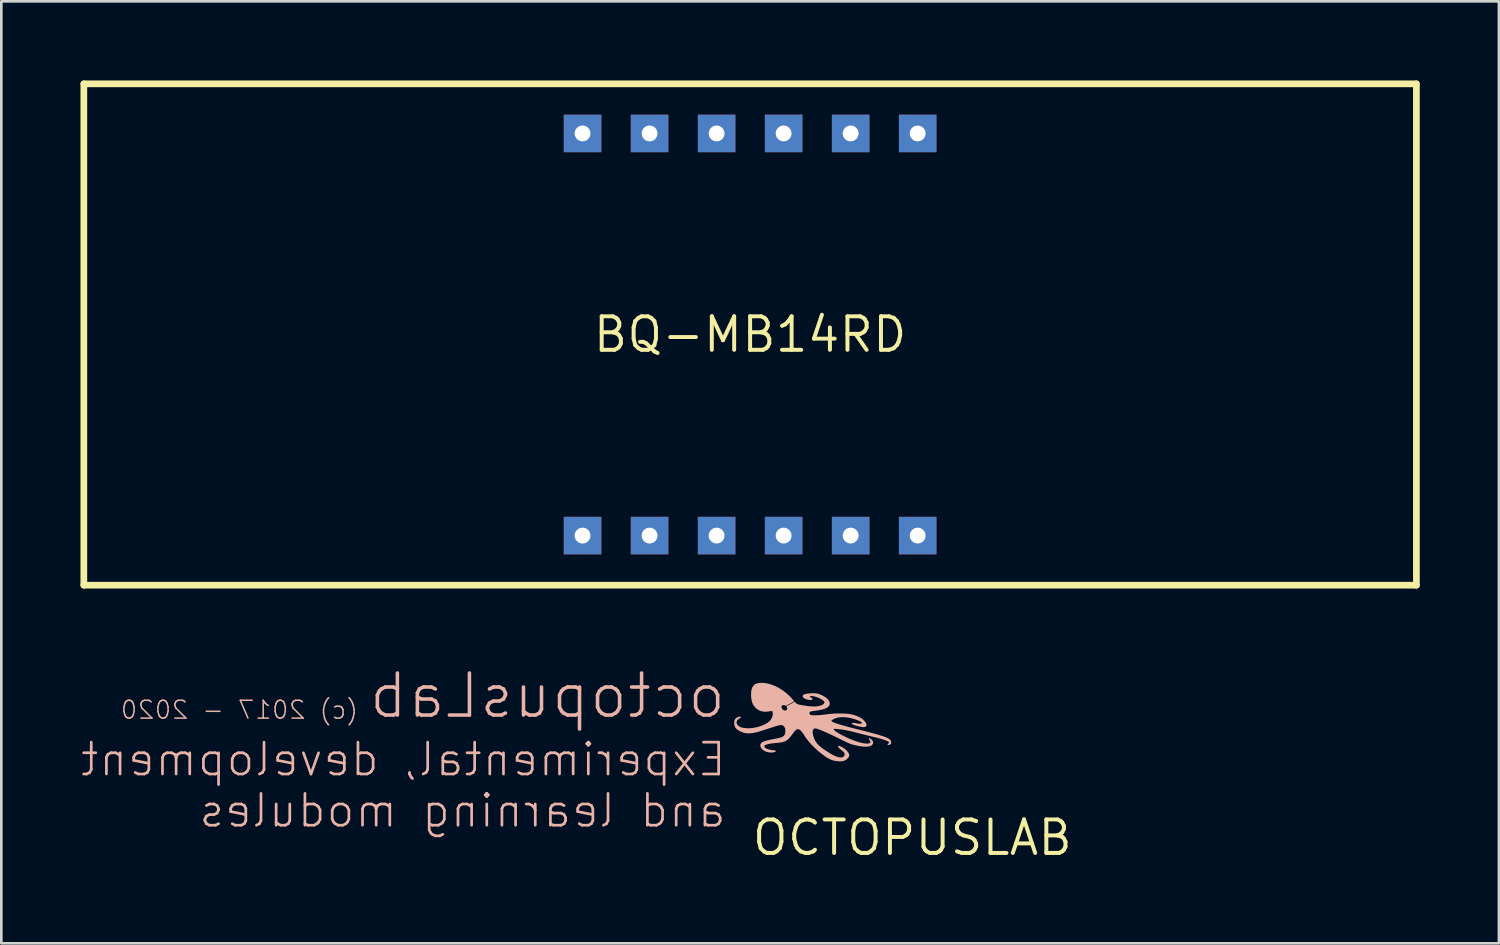
<source format=kicad_pcb>
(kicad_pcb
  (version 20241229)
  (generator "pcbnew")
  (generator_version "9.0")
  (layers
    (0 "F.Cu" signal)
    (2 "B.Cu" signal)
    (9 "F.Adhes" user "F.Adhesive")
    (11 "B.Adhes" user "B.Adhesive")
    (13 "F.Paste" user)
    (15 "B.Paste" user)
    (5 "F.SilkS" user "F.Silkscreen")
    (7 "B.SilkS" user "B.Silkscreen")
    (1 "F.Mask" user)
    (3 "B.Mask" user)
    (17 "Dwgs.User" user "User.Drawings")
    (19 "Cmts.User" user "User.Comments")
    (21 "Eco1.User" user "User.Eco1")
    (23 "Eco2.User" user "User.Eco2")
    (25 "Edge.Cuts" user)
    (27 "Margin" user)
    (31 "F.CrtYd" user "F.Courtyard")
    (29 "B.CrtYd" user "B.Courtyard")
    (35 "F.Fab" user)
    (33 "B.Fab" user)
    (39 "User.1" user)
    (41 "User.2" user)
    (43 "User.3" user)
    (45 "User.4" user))
  (footprint "OCTOPUSLAB"
    (layer "F.Cu")
    (at 31.523 28.694)
    (property "Reference" "OCTOPUSLAB" (at 0 0 0) (layer "F.SilkS") (effects (font (size 1.27 1.27) (thickness 0.15))))
    (attr through_hole)
    (fp_poly (pts (xy -2.586 -2.912) (xy -2.655 -2.897) (xy -2.725 -2.891) (xy -2.796 -2.892) (xy -2.866 -2.899) (xy -2.935 -2.91) (xy -3.004 -2.927) (xy -3.071 -2.949) (xy -3.135 -2.978) (xy -3.197 -3.012) (xy -3.257 -3.048) (xy -3.316 -3.087) (xy -3.429 -3.171) (xy -3.539 -3.26) (xy -3.592 -3.306) (xy -3.696 -3.402) (xy -3.796 -3.501) (xy -3.891 -3.605) (xy -3.981 -3.714) (xy -4.023 -3.77) (xy -4.063 -3.829) (xy -4.139 -3.947) (xy -4.182 -4.003) (xy -4.229 -4.056) (xy -4.285 -4.099) (xy -4.352 -4.115) (xy -4.412 -4.079) (xy -4.46 -4.028) (xy -4.505 -3.974) (xy -4.589 -3.861) (xy -4.633 -3.806) (xy -4.68 -3.753) (xy -4.732 -3.706) (xy -4.791 -3.667) (xy -4.855 -3.638) (xy -4.923 -3.618) (xy -4.992 -3.606) (xy -5.062 -3.597) (xy -5.273 -3.577) (xy -5.343 -3.568) (xy -5.412 -3.556) (xy -5.481 -3.541) (xy -5.548 -3.52) (xy -5.61 -3.487) (xy -5.6 -3.425) (xy -5.543 -3.384) (xy -5.479 -3.355) (xy -5.411 -3.335) (xy -5.342 -3.32) (xy -5.202 -3.305) (xy -5.163 -3.271) (xy -5.225 -3.239) (xy -5.294 -3.226) (xy -5.365 -3.225) (xy -5.435 -3.232) (xy -5.504 -3.247) (xy -5.57 -3.27) (xy -5.633 -3.302) (xy -5.688 -3.345) (xy -5.732 -3.4) (xy -5.758 -3.466) (xy -5.758 -3.535) (xy -5.72 -3.593) (xy -5.66 -3.631) (xy -5.595 -3.657) (xy -5.527 -3.677) (xy -5.39 -3.71) (xy -5.113 -3.763) (xy -5.044 -3.778) (xy -4.976 -3.798) (xy -4.912 -3.826) (xy -4.857 -3.87) (xy -4.824 -3.932) (xy -4.813 -4.001) (xy -4.812 -4.072) (xy -4.82 -4.142) (xy -4.854 -4.203) (xy -4.905 -4.251) (xy -4.971 -4.269) (xy -5.041 -4.258) (xy -5.109 -4.24) (xy -5.244 -4.2) (xy -5.781 -4.027) (xy -5.849 -4.007) (xy -5.917 -3.99) (xy -5.986 -3.975) (xy -6.056 -3.963) (xy -6.126 -3.955) (xy -6.196 -3.952) (xy -6.267 -3.955) (xy -6.337 -3.964) (xy -6.405 -3.981) (xy -6.471 -4.004) (xy -6.535 -4.035) (xy -6.596 -4.07) (xy -6.653 -4.111) (xy -6.7 -4.164) (xy -6.731 -4.227) (xy -6.745 -4.296) (xy -6.747 -4.366) (xy -6.742 -4.437) (xy -6.711 -4.498) (xy -6.656 -4.543) (xy -6.593 -4.574) (xy -6.525 -4.591) (xy -6.487 -4.561) (xy -6.543 -4.519) (xy -6.602 -4.48) (xy -6.647 -4.426) (xy -6.663 -4.358) (xy -6.641 -4.292) (xy -6.594 -4.24) (xy -6.535 -4.201) (xy -6.47 -4.175) (xy -6.401 -4.159) (xy -6.331 -4.151) (xy -6.261 -4.146) (xy -6.19 -4.145) (xy -6.12 -4.149) (xy -6.05 -4.157) (xy -5.98 -4.168) (xy -5.911 -4.182) (xy -5.843 -4.199) (xy -5.775 -4.22) (xy -5.709 -4.243) (xy -5.643 -4.269) (xy -5.579 -4.299) (xy -5.518 -4.333) (xy -5.459 -4.373) (xy -5.406 -4.419) (xy -5.361 -4.473) (xy -5.326 -4.534) (xy -5.3 -4.6) (xy -5.286 -4.669) (xy -5.288 -4.739) (xy -5.316 -4.802) (xy -5.453 -4.781) (xy -5.524 -4.774) (xy -5.594 -4.772) (xy -5.664 -4.779) (xy -5.733 -4.795) (xy -5.799 -4.82) (xy -5.86 -4.855) (xy -5.916 -4.898) (xy -5.965 -4.948) (xy -6.008 -5.004) (xy -6.043 -5.065) (xy -6.069 -5.13) (xy -6.088 -5.198) (xy -6.1 -5.268) (xy -6.107 -5.338) (xy -6.11 -5.408) (xy -6.109 -5.479) (xy -6.103 -5.549) (xy -6.09 -5.618) (xy -6.068 -5.685) (xy -6.033 -5.746) (xy -5.984 -5.796) (xy -5.923 -5.831) (xy -5.856 -5.853) (xy -5.786 -5.863) (xy -5.716 -5.866) (xy -5.645 -5.864) (xy -5.575 -5.856) (xy -5.505 -5.844) (xy -5.437 -5.829) (xy -5.369 -5.809) (xy -5.302 -5.786) (xy -5.237 -5.76) (xy -5.172 -5.732) (xy -5.109 -5.7) (xy -5.047 -5.667) (xy -4.987 -5.63) (xy -4.927 -5.592) (xy -4.87 -5.552) (xy -4.814 -5.509) (xy -4.759 -5.464) (xy -4.706 -5.418) (xy -4.655 -5.369) (xy -4.605 -5.319) (xy -4.474 -5.169) (xy -4.791 -4.992) (xy -4.841 -5.019) (xy -4.911 -5.023) (xy -4.958 -4.975) (xy -4.947 -4.907) (xy -4.921 -4.863) (xy -4.864 -4.823) (xy -4.794 -4.815) (xy -4.744 -4.857) (xy -4.743 -4.927) (xy -4.773 -4.975) (xy -4.457 -5.151) (xy -4.418 -5.109) (xy -4.364 -5.063) (xy -4.296 -5.043) (xy -4.227 -5.029) (xy -4.088 -5.005) (xy -3.949 -4.986) (xy -3.808 -4.973) (xy -3.738 -4.971) (xy -3.667 -4.973) (xy -3.597 -4.979) (xy -3.528 -4.991) (xy -3.46 -5.01) (xy -3.396 -5.039) (xy -3.342 -5.084) (xy -3.327 -5.147) (xy -3.376 -5.198) (xy -3.433 -5.239) (xy -3.495 -5.272) (xy -3.56 -5.301) (xy -3.626 -5.326) (xy -3.693 -5.347) (xy -3.762 -5.363) (xy -3.832 -5.37) (xy -3.894 -5.348) (xy -3.838 -5.306) (xy -3.779 -5.267) (xy -3.791 -5.221) (xy -3.861 -5.217) (xy -3.931 -5.224) (xy -4 -5.239) (xy -4.066 -5.264) (xy -4.126 -5.301) (xy -4.163 -5.359) (xy -4.128 -5.415) (xy -4.063 -5.441) (xy -3.994 -5.456) (xy -3.924 -5.465) (xy -3.854 -5.471) (xy -3.783 -5.473) (xy -3.713 -5.473) (xy -3.643 -5.468) (xy -3.573 -5.454) (xy -3.507 -5.432) (xy -3.442 -5.404) (xy -3.378 -5.373) (xy -3.317 -5.338) (xy -3.26 -5.297) (xy -3.208 -5.25) (xy -3.163 -5.195) (xy -3.133 -5.132) (xy -3.126 -5.063) (xy -3.15 -4.997) (xy -3.199 -4.946) (xy -3.259 -4.909) (xy -3.324 -4.882) (xy -3.391 -4.861) (xy -3.46 -4.845) (xy -3.598 -4.82) (xy -3.808 -4.79) (xy -3.876 -4.771) (xy -3.902 -4.709) (xy -3.869 -4.654) (xy -3.8 -4.64) (xy -3.73 -4.636) (xy -3.659 -4.636) (xy -3.589 -4.638) (xy -3.448 -4.649) (xy -3.378 -4.656) (xy -3.168 -4.684) (xy -3.098 -4.691) (xy -2.957 -4.701) (xy -2.887 -4.704) (xy -2.746 -4.706) (xy -2.605 -4.703) (xy -2.534 -4.7) (xy -2.464 -4.694) (xy -2.394 -4.687) (xy -2.324 -4.676) (xy -2.255 -4.661) (xy -2.188 -4.641) (xy -2.121 -4.618) (xy -2.056 -4.591) (xy -1.992 -4.56) (xy -1.932 -4.524) (xy -1.875 -4.483) (xy -1.823 -4.435) (xy -1.779 -4.38) (xy -1.743 -4.319) (xy -1.73 -4.251) (xy -1.773 -4.199) (xy -1.842 -4.187) (xy -1.912 -4.193) (xy -1.981 -4.206) (xy -2.05 -4.222) (xy -2.118 -4.24) (xy -2.185 -4.26) (xy -2.251 -4.286) (xy -2.305 -4.33) (xy -2.248 -4.353) (xy -2.178 -4.345) (xy -2.109 -4.33) (xy -2.04 -4.318) (xy -1.969 -4.314) (xy -1.903 -4.331) (xy -1.934 -4.383) (xy -1.996 -4.417) (xy -2.061 -4.445) (xy -2.127 -4.47) (xy -2.194 -4.492) (xy -2.261 -4.512) (xy -2.33 -4.529) (xy -2.399 -4.543) (xy -2.469 -4.553) (xy -2.539 -4.561) (xy -2.609 -4.564) (xy -2.68 -4.564) (xy -2.75 -4.559) (xy -2.82 -4.549) (xy -2.888 -4.532) (xy -2.954 -4.507) (xy -3.016 -4.474) (xy -3.072 -4.431) (xy -3.023 -4.386) (xy -2.958 -4.358) (xy -2.892 -4.334) (xy -2.758 -4.29) (xy -2.554 -4.231) (xy -2.35 -4.176) (xy -1.735 -4.02) (xy -1.462 -3.948) (xy -1.259 -3.89) (xy -1.124 -3.848) (xy -1.058 -3.825) (xy -0.992 -3.8) (xy -0.928 -3.77) (xy -0.867 -3.734) (xy -0.819 -3.683) (xy -0.796 -3.617) (xy -0.813 -3.55) (xy -0.872 -3.513) (xy -0.941 -3.51) (xy -0.922 -3.557) (xy -0.869 -3.601) (xy -0.916 -3.647) (xy -0.981 -3.676) (xy -1.047 -3.7) (xy -1.181 -3.743) (xy -1.386 -3.798) (xy -1.797 -3.897) (xy -2.275 -4.019) (xy -2.413 -4.051) (xy -2.551 -4.078) (xy -2.69 -4.1) (xy -2.83 -4.116) (xy -2.971 -4.126) (xy -2.979 -4.089) (xy -2.925 -4.043) (xy -2.868 -4.003) (xy -2.808 -3.966) (xy -2.747 -3.93) (xy -2.623 -3.864) (xy -2.56 -3.832) (xy -2.432 -3.772) (xy -2.302 -3.717) (xy -2.237 -3.691) (xy -2.104 -3.643) (xy -1.969 -3.603) (xy -1.9 -3.587) (xy -1.831 -3.574) (xy -1.761 -3.565) (xy -1.69 -3.563) (xy -1.621 -3.575) (xy -1.578 -3.625) (xy -1.607 -3.686) (xy -1.652 -3.739) (xy -1.637 -3.777) (xy -1.576 -3.741) (xy -1.523 -3.696) (xy -1.486 -3.636) (xy -1.486 -3.567) (xy -1.525 -3.51) (xy -1.585 -3.473) (xy -1.653 -3.455) (xy -1.723 -3.448) (xy -1.794 -3.447) (xy -1.864 -3.451) (xy -1.934 -3.459) (xy -2.004 -3.469) (xy -2.073 -3.482) (xy -2.211 -3.514) (xy -2.279 -3.532) (xy -2.346 -3.554) (xy -2.412 -3.58) (xy -2.54 -3.639) (xy -2.983 -3.857) (xy -3.174 -3.947) (xy -3.367 -4.033) (xy -3.498 -4.086) (xy -3.564 -4.11) (xy -3.631 -4.132) (xy -3.701 -4.141) (xy -3.756 -4.101) (xy -3.775 -4.034) (xy -3.774 -3.963) (xy -3.762 -3.894) (xy -3.743 -3.826) (xy -3.718 -3.76) (xy -3.689 -3.695) (xy -3.656 -3.633) (xy -3.615 -3.576) (xy -3.568 -3.523) (xy -3.517 -3.475) (xy -3.463 -3.429) (xy -3.407 -3.386) (xy -3.35 -3.345) (xy -3.292 -3.306) (xy -3.173 -3.229) (xy -3.052 -3.157) (xy -2.99 -3.124) (xy -2.926 -3.095) (xy -2.86 -3.069) (xy -2.792 -3.049) (xy -2.723 -3.038) (xy -2.653 -3.042) (xy -2.592 -3.076) (xy -2.562 -3.139) (xy -2.57 -3.206) (xy -2.617 -3.259) (xy -2.726 -3.349) (xy -2.777 -3.397) (xy -2.819 -3.453) (xy -2.784 -3.484) (xy -2.718 -3.459) (xy -2.655 -3.427) (xy -2.595 -3.39) (xy -2.538 -3.348) (xy -2.487 -3.3) (xy -2.441 -3.247) (xy -2.405 -3.186) (xy -2.387 -3.119) (xy -2.409 -3.053) (xy -2.453 -2.998) (xy -2.507 -2.953) (xy -2.568 -2.918)) (stroke (width 0) (type solid)) (fill yes) (layer "B.SilkS"))
    (fp_text user "octopusLab" (at -6.985 -4.445 0) (layer "B.SilkS") (effects (font (size 1.593 1.593) (thickness 0.134)) (justify left bottom mirror)))
    (fp_text user "(c) 2017 - 2020" (at -20.955 -4.445 0) (layer "B.SilkS") (effects (font (size 0.676 0.676) (thickness 0.057)) (justify left bottom mirror)))
    (fp_text user "Experimental, development\nand learning modules" (at -6.985 -0.318 0) (layer "B.SilkS") (effects (font (size 1.206 1.206) (thickness 0.102)) (justify left bottom mirror))))
  (footprint "BQ-MB14RD"
    (layer "F.Cu")
    (at 25.377 9.627)
    (property "Reference" "BQ-MB14RD" (at 0 0 0) (layer "F.SilkS") (effects (font (size 1.27 1.27) (thickness 0.15))))
    (attr through_hole)
    (fp_line (start -25.25 -9.5) (end 25.25 -9.5) (stroke (width 0.254) (type solid)) (layer "F.SilkS"))
    (fp_line (start -25.25 9.5) (end -25.25 -9.5) (stroke (width 0.254) (type solid)) (layer "F.SilkS"))
    (fp_line (start 25.25 -9.5) (end 25.25 9.5) (stroke (width 0.254) (type solid)) (layer "F.SilkS"))
    (fp_line (start 25.25 9.5) (end -25.25 9.5) (stroke (width 0.254) (type solid)) (layer "F.SilkS"))
    (pad "A" thru_hole rect (at -3.81 -7.62) (size 1.422 1.422) (drill 0.6) (layers "*.Cu" "*.Mask"))
    (pad "B" thru_hole rect (at 6.35 -7.62) (size 1.422 1.422) (drill 0.6) (layers "*.Cu" "*.Mask"))
    (pad "C" thru_hole rect (at 1.27 7.62) (size 1.422 1.422) (drill 0.6) (layers "*.Cu" "*.Mask"))
    (pad "D" thru_hole rect (at -3.81 7.62) (size 1.422 1.422) (drill 0.6) (layers "*.Cu" "*.Mask"))
    (pad "D1" thru_hole rect (at -6.35 -7.62) (size 1.422 1.422) (drill 0.6) (layers "*.Cu" "*.Mask"))
    (pad "D2" thru_hole rect (at 1.27 -7.62) (size 1.422 1.422) (drill 0.6) (layers "*.Cu" "*.Mask"))
    (pad "D3" thru_hole rect (at 3.81 -7.62) (size 1.422 1.422) (drill 0.6) (layers "*.Cu" "*.Mask"))
    (pad "D4" thru_hole rect (at 6.35 7.62) (size 1.422 1.422) (drill 0.6) (layers "*.Cu" "*.Mask"))
    (pad "DP" thru_hole rect (at -1.27 7.62) (size 1.422 1.422) (drill 0.6) (layers "*.Cu" "*.Mask"))
    (pad "E" thru_hole rect (at -6.35 7.62) (size 1.422 1.422) (drill 0.6) (layers "*.Cu" "*.Mask"))
    (pad "F" thru_hole rect (at -1.27 -7.62) (size 1.422 1.422) (drill 0.6) (layers "*.Cu" "*.Mask"))
    (pad "G" thru_hole rect (at 3.81 7.62) (size 1.422 1.422) (drill 0.6) (layers "*.Cu" "*.Mask")))
  (gr_rect
    (start -3 -3)
    (end 53.754 32.7)
    (stroke (width 0.1) (type default))
    (fill no)
    (layer "Edge.Cuts")))
</source>
